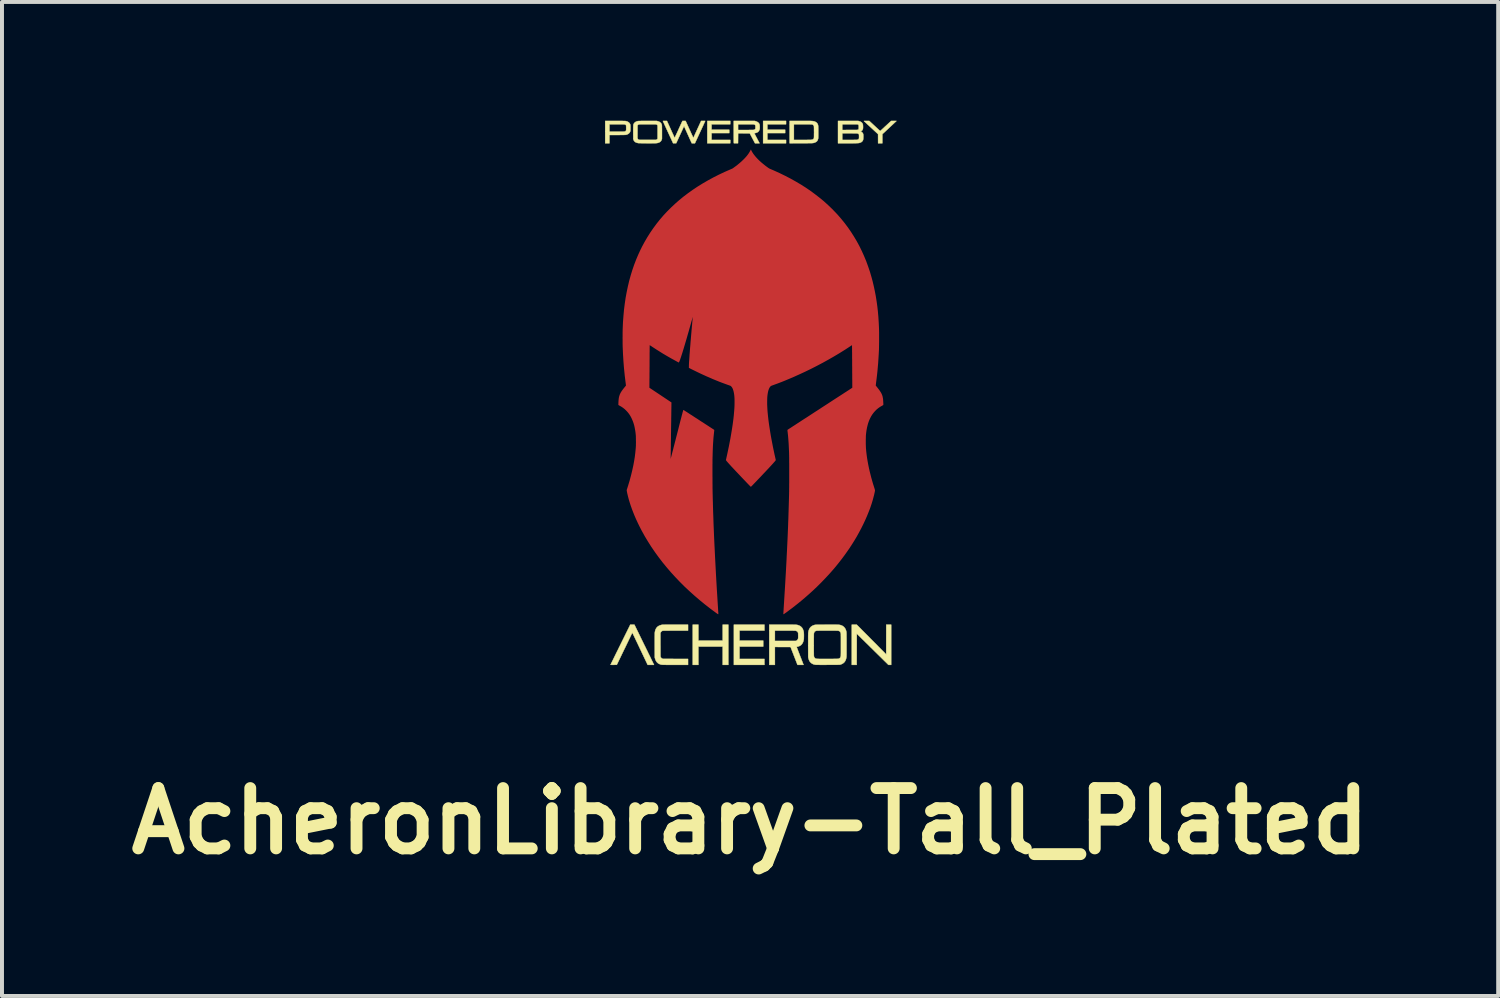
<source format=kicad_pcb>
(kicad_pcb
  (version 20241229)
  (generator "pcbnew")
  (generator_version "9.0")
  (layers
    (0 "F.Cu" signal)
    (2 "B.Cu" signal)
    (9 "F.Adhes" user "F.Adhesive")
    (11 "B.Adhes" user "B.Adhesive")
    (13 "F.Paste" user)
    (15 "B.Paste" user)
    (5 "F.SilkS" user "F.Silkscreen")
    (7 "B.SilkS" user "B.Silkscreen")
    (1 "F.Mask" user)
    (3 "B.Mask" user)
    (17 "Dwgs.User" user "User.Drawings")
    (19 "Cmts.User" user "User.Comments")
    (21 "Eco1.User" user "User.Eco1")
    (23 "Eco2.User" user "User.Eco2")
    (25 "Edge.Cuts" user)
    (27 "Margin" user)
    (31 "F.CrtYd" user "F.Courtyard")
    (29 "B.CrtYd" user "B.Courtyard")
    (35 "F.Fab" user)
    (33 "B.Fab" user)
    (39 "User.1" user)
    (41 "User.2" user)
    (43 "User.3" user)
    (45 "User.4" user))
  (footprint "AcheronLibrary-Tall_Plated"
    (layer "F.Cu")
    (at 15.92 6.875)
    (property "Reference" "AcheronLibrary-Tall_Plated" (at -0.02 10.82 0) (layer "F.SilkS") (effects (font (size 1.524 1.524) (thickness 0.3))))
    (attr through_hole)
    (fp_poly (pts (xy -1.326 6.26) (xy -0.711 6.26) (xy -0.711 5.857) (xy -0.569 5.857) (xy -0.569 6.873) (xy -0.711 6.873) (xy -0.711 6.41) (xy -1.326 6.41) (xy -1.326 6.873) (xy -1.468 6.873) (xy -1.468 5.857) (xy -1.326 5.857) (xy -1.326 6.26)) (stroke (width 0.01) (type solid)) (fill yes) (layer "F.SilkS"))
    (fp_poly (pts (xy -0.521 -6.786) (xy -0.993 -6.786) (xy -0.993 -6.647) (xy -0.546 -6.647) (xy -0.546 -6.563) (xy -0.993 -6.563) (xy -0.993 -6.39) (xy -0.521 -6.39) (xy -0.521 -6.306) (xy -1.1 -6.306) (xy -1.1 -6.87) (xy -0.521 -6.87) (xy -0.521 -6.786)) (stroke (width 0.01) (type solid)) (fill yes) (layer "F.SilkS"))
    (fp_poly (pts (xy 0.343 6.006) (xy -0.287 6.006) (xy -0.287 6.26) (xy 0.312 6.26) (xy 0.312 6.41) (xy -0.287 6.41) (xy -0.287 6.723) (xy 0.343 6.723) (xy 0.343 6.873) (xy -0.429 6.873) (xy -0.429 5.857) (xy 0.343 5.857) (xy 0.343 6.006)) (stroke (width 0.01) (type solid)) (fill yes) (layer "F.SilkS"))
    (fp_poly (pts (xy 0.889 -6.786) (xy 0.417 -6.786) (xy 0.417 -6.647) (xy 0.866 -6.647) (xy 0.866 -6.563) (xy 0.417 -6.563) (xy 0.417 -6.39) (xy 0.889 -6.39) (xy 0.889 -6.306) (xy 0.31 -6.306) (xy 0.31 -6.87) (xy 0.889 -6.87) (xy 0.889 -6.786)) (stroke (width 0.01) (type solid)) (fill yes) (layer "F.SilkS"))
    (fp_poly (pts (xy 3.047 6.233) (xy 3.42 6.609) (xy 3.42 6.233) (xy 3.421 5.857) (xy 3.545 5.857) (xy 3.545 6.873) (xy 3.511 6.872) (xy 3.476 6.872) (xy 3.076 6.478) (xy 2.676 6.084) (xy 2.674 6.873) (xy 2.55 6.873) (xy 2.55 5.857) (xy 2.674 5.857) (xy 3.047 6.233)) (stroke (width 0.01) (type solid)) (fill yes) (layer "F.SilkS"))
    (fp_poly (pts (xy 3.679 -6.869) (xy 3.501 -6.702) (xy 3.322 -6.536) (xy 3.322 -6.306) (xy 3.215 -6.306) (xy 3.214 -6.536) (xy 3.037 -6.7) (xy 3.012 -6.723) (xy 2.987 -6.746) (xy 2.964 -6.767) (xy 2.942 -6.787) (xy 2.923 -6.806) (xy 2.905 -6.822) (xy 2.89 -6.836) (xy 2.877 -6.848) (xy 2.867 -6.857) (xy 2.86 -6.863) (xy 2.857 -6.867) (xy 2.857 -6.867) (xy 2.857 -6.868) (xy 2.859 -6.869) (xy 2.864 -6.869) (xy 2.873 -6.87) (xy 2.885 -6.87) (xy 2.901 -6.87) (xy 2.922 -6.87) (xy 2.922 -6.87) (xy 2.991 -6.87) (xy 3.129 -6.742) (xy 3.155 -6.718) (xy 3.177 -6.697) (xy 3.197 -6.679) (xy 3.213 -6.664) (xy 3.227 -6.651) (xy 3.238 -6.641) (xy 3.247 -6.633) (xy 3.254 -6.627) (xy 3.26 -6.623) (xy 3.264 -6.62) (xy 3.267 -6.618) (xy 3.269 -6.617) (xy 3.27 -6.617) (xy 3.271 -6.617) (xy 3.272 -6.618) (xy 3.275 -6.62) (xy 3.281 -6.626) (xy 3.29 -6.634) (xy 3.302 -6.645) (xy 3.317 -6.659) (xy 3.333 -6.674) (xy 3.352 -6.691) (xy 3.372 -6.71) (xy 3.393 -6.73) (xy 3.411 -6.746) (xy 3.545 -6.87) (xy 3.679 -6.869)) (stroke (width 0.01) (type solid)) (fill yes) (layer "F.SilkS"))
    (fp_poly (pts (xy -2.994 5.857) (xy -2.942 5.857) (xy -2.709 6.335) (xy -2.686 6.382) (xy -2.663 6.427) (xy -2.642 6.472) (xy -2.62 6.515) (xy -2.6 6.557) (xy -2.581 6.597) (xy -2.562 6.634) (xy -2.545 6.669) (xy -2.529 6.702) (xy -2.515 6.732) (xy -2.502 6.759) (xy -2.49 6.782) (xy -2.48 6.802) (xy -2.472 6.819) (xy -2.466 6.831) (xy -2.462 6.84) (xy -2.461 6.843) (xy -2.446 6.873) (xy -2.526 6.873) (xy -2.607 6.872) (xy -2.8 6.465) (xy -2.82 6.422) (xy -2.84 6.381) (xy -2.859 6.34) (xy -2.877 6.302) (xy -2.895 6.266) (xy -2.911 6.231) (xy -2.926 6.2) (xy -2.94 6.17) (xy -2.953 6.144) (xy -2.964 6.121) (xy -2.974 6.101) (xy -2.982 6.085) (xy -2.988 6.072) (xy -2.992 6.064) (xy -2.994 6.06) (xy -2.995 6.059) (xy -2.996 6.062) (xy -2.999 6.069) (xy -3.005 6.079) (xy -3.012 6.094) (xy -3.021 6.113) (xy -3.032 6.134) (xy -3.044 6.16) (xy -3.057 6.188) (xy -3.072 6.218) (xy -3.088 6.251) (xy -3.105 6.287) (xy -3.123 6.324) (xy -3.142 6.364) (xy -3.162 6.405) (xy -3.182 6.447) (xy -3.192 6.466) (xy -3.387 6.871) (xy -3.466 6.872) (xy -3.488 6.872) (xy -3.507 6.872) (xy -3.523 6.872) (xy -3.534 6.871) (xy -3.542 6.871) (xy -3.545 6.87) (xy -3.545 6.87) (xy -3.544 6.868) (xy -3.541 6.861) (xy -3.535 6.85) (xy -3.528 6.835) (xy -3.519 6.817) (xy -3.508 6.794) (xy -3.495 6.769) (xy -3.481 6.74) (xy -3.466 6.709) (xy -3.449 6.675) (xy -3.431 6.638) (xy -3.412 6.599) (xy -3.392 6.558) (xy -3.37 6.515) (xy -3.348 6.47) (xy -3.326 6.424) (xy -3.302 6.377) (xy -3.295 6.362) (xy -3.046 5.857) (xy -2.994 5.857)) (stroke (width 0.01) (type solid)) (fill yes) (layer "F.SilkS"))
    (fp_poly (pts (xy -1.688 -6.869) (xy -1.648 -6.869) (xy -1.551 -6.655) (xy -1.537 -6.624) (xy -1.523 -6.594) (xy -1.511 -6.566) (xy -1.499 -6.54) (xy -1.488 -6.517) (xy -1.478 -6.496) (xy -1.47 -6.478) (xy -1.463 -6.463) (xy -1.458 -6.452) (xy -1.454 -6.445) (xy -1.453 -6.443) (xy -1.453 -6.443) (xy -1.451 -6.445) (xy -1.448 -6.452) (xy -1.443 -6.463) (xy -1.436 -6.477) (xy -1.428 -6.495) (xy -1.418 -6.516) (xy -1.408 -6.539) (xy -1.396 -6.565) (xy -1.383 -6.593) (xy -1.37 -6.622) (xy -1.356 -6.653) (xy -1.354 -6.657) (xy -1.256 -6.87) (xy -1.205 -6.87) (xy -1.189 -6.87) (xy -1.175 -6.87) (xy -1.164 -6.869) (xy -1.157 -6.869) (xy -1.154 -6.868) (xy -1.153 -6.868) (xy -1.155 -6.865) (xy -1.158 -6.858) (xy -1.163 -6.847) (xy -1.17 -6.833) (xy -1.178 -6.815) (xy -1.188 -6.793) (xy -1.199 -6.769) (xy -1.211 -6.742) (xy -1.225 -6.713) (xy -1.239 -6.682) (xy -1.255 -6.648) (xy -1.271 -6.614) (xy -1.284 -6.586) (xy -1.413 -6.306) (xy -1.493 -6.306) (xy -1.688 -6.738) (xy -1.692 -6.728) (xy -1.694 -6.725) (xy -1.698 -6.717) (xy -1.703 -6.705) (xy -1.71 -6.689) (xy -1.719 -6.671) (xy -1.729 -6.649) (xy -1.74 -6.625) (xy -1.752 -6.599) (xy -1.765 -6.571) (xy -1.779 -6.541) (xy -1.792 -6.513) (xy -1.886 -6.307) (xy -1.925 -6.307) (xy -1.964 -6.306) (xy -2.092 -6.584) (xy -2.108 -6.619) (xy -2.124 -6.653) (xy -2.139 -6.686) (xy -2.153 -6.717) (xy -2.166 -6.746) (xy -2.179 -6.772) (xy -2.189 -6.796) (xy -2.199 -6.817) (xy -2.207 -6.834) (xy -2.213 -6.848) (xy -2.218 -6.858) (xy -2.221 -6.864) (xy -2.221 -6.866) (xy -2.222 -6.867) (xy -2.221 -6.868) (xy -2.218 -6.869) (xy -2.213 -6.869) (xy -2.205 -6.87) (xy -2.193 -6.87) (xy -2.177 -6.87) (xy -2.172 -6.869) (xy -2.12 -6.869) (xy -2.023 -6.655) (xy -2.009 -6.624) (xy -1.996 -6.594) (xy -1.983 -6.566) (xy -1.971 -6.541) (xy -1.96 -6.517) (xy -1.951 -6.496) (xy -1.942 -6.478) (xy -1.935 -6.463) (xy -1.93 -6.452) (xy -1.927 -6.445) (xy -1.925 -6.442) (xy -1.925 -6.442) (xy -1.924 -6.445) (xy -1.92 -6.451) (xy -1.915 -6.462) (xy -1.909 -6.476) (xy -1.901 -6.494) (xy -1.891 -6.515) (xy -1.88 -6.538) (xy -1.868 -6.564) (xy -1.856 -6.591) (xy -1.842 -6.621) (xy -1.828 -6.652) (xy -1.826 -6.657) (xy -1.728 -6.87) (xy -1.688 -6.869)) (stroke (width 0.01) (type solid)) (fill yes) (layer "F.SilkS"))
    (fp_poly (pts (xy -1.587 6.006) (xy -1.903 6.007) (xy -1.95 6.007) (xy -1.992 6.007) (xy -2.029 6.007) (xy -2.062 6.008) (xy -2.091 6.008) (xy -2.117 6.008) (xy -2.139 6.008) (xy -2.158 6.008) (xy -2.174 6.008) (xy -2.187 6.009) (xy -2.198 6.009) (xy -2.207 6.009) (xy -2.214 6.01) (xy -2.22 6.01) (xy -2.224 6.011) (xy -2.227 6.011) (xy -2.23 6.012) (xy -2.232 6.012) (xy -2.249 6.02) (xy -2.262 6.031) (xy -2.273 6.045) (xy -2.276 6.051) (xy -2.285 6.069) (xy -2.285 6.363) (xy -2.284 6.408) (xy -2.284 6.448) (xy -2.284 6.484) (xy -2.284 6.516) (xy -2.284 6.543) (xy -2.284 6.567) (xy -2.284 6.587) (xy -2.284 6.605) (xy -2.284 6.619) (xy -2.284 6.632) (xy -2.283 6.641) (xy -2.283 6.649) (xy -2.283 6.656) (xy -2.282 6.661) (xy -2.282 6.664) (xy -2.281 6.667) (xy -2.28 6.67) (xy -2.28 6.672) (xy -2.272 6.687) (xy -2.26 6.7) (xy -2.246 6.711) (xy -2.236 6.715) (xy -2.221 6.721) (xy -1.904 6.722) (xy -1.587 6.723) (xy -1.587 6.873) (xy -1.908 6.872) (xy -1.958 6.872) (xy -2.004 6.872) (xy -2.045 6.872) (xy -2.081 6.872) (xy -2.114 6.872) (xy -2.142 6.872) (xy -2.166 6.871) (xy -2.187 6.871) (xy -2.205 6.871) (xy -2.219 6.871) (xy -2.231 6.87) (xy -2.24 6.87) (xy -2.246 6.869) (xy -2.249 6.869) (xy -2.282 6.862) (xy -2.312 6.85) (xy -2.339 6.836) (xy -2.362 6.817) (xy -2.377 6.801) (xy -2.39 6.784) (xy -2.401 6.764) (xy -2.411 6.741) (xy -2.42 6.714) (xy -2.42 6.713) (xy -2.427 6.688) (xy -2.428 6.38) (xy -2.428 6.329) (xy -2.428 6.284) (xy -2.428 6.243) (xy -2.428 6.206) (xy -2.428 6.174) (xy -2.428 6.146) (xy -2.427 6.122) (xy -2.427 6.101) (xy -2.427 6.084) (xy -2.427 6.071) (xy -2.426 6.06) (xy -2.426 6.053) (xy -2.425 6.048) (xy -2.419 6.015) (xy -2.409 5.983) (xy -2.395 5.955) (xy -2.379 5.93) (xy -2.378 5.93) (xy -2.36 5.911) (xy -2.338 5.895) (xy -2.313 5.881) (xy -2.284 5.87) (xy -2.254 5.862) (xy -2.235 5.859) (xy -2.229 5.859) (xy -2.218 5.858) (xy -2.202 5.858) (xy -2.181 5.858) (xy -2.155 5.857) (xy -2.126 5.857) (xy -2.091 5.857) (xy -2.053 5.857) (xy -2.01 5.857) (xy -1.963 5.857) (xy -1.912 5.857) (xy -1.9 5.857) (xy -1.587 5.857) (xy -1.587 6.006)) (stroke (width 0.01) (type solid)) (fill yes) (layer "F.SilkS"))
    (fp_poly (pts (xy -3.424 -6.869) (xy -3.383 -6.869) (xy -3.346 -6.869) (xy -3.313 -6.869) (xy -3.285 -6.869) (xy -3.26 -6.869) (xy -3.239 -6.869) (xy -3.221 -6.868) (xy -3.206 -6.868) (xy -3.194 -6.868) (xy -3.184 -6.868) (xy -3.175 -6.867) (xy -3.169 -6.867) (xy -3.163 -6.866) (xy -3.159 -6.866) (xy -3.155 -6.865) (xy -3.152 -6.864) (xy -3.148 -6.863) (xy -3.147 -6.863) (xy -3.122 -6.855) (xy -3.101 -6.844) (xy -3.083 -6.831) (xy -3.077 -6.826) (xy -3.068 -6.816) (xy -3.061 -6.807) (xy -3.055 -6.798) (xy -3.05 -6.787) (xy -3.047 -6.775) (xy -3.045 -6.76) (xy -3.044 -6.742) (xy -3.043 -6.721) (xy -3.043 -6.695) (xy -3.043 -6.692) (xy -3.043 -6.669) (xy -3.043 -6.65) (xy -3.044 -6.635) (xy -3.045 -6.623) (xy -3.046 -6.612) (xy -3.049 -6.603) (xy -3.052 -6.595) (xy -3.055 -6.586) (xy -3.056 -6.586) (xy -3.065 -6.572) (xy -3.078 -6.558) (xy -3.093 -6.545) (xy -3.111 -6.535) (xy -3.112 -6.535) (xy -3.119 -6.532) (xy -3.125 -6.529) (xy -3.131 -6.526) (xy -3.137 -6.524) (xy -3.143 -6.522) (xy -3.151 -6.521) (xy -3.159 -6.519) (xy -3.169 -6.518) (xy -3.181 -6.518) (xy -3.196 -6.517) (xy -3.213 -6.516) (xy -3.233 -6.516) (xy -3.257 -6.516) (xy -3.284 -6.516) (xy -3.315 -6.515) (xy -3.351 -6.515) (xy -3.372 -6.515) (xy -3.573 -6.514) (xy -3.573 -6.306) (xy -3.68 -6.306) (xy -3.68 -6.786) (xy -3.573 -6.786) (xy -3.573 -6.598) (xy -3.389 -6.598) (xy -3.353 -6.598) (xy -3.321 -6.598) (xy -3.295 -6.598) (xy -3.272 -6.599) (xy -3.253 -6.599) (xy -3.237 -6.599) (xy -3.224 -6.599) (xy -3.213 -6.6) (xy -3.205 -6.6) (xy -3.199 -6.601) (xy -3.194 -6.601) (xy -3.19 -6.602) (xy -3.189 -6.602) (xy -3.173 -6.608) (xy -3.162 -6.616) (xy -3.154 -6.626) (xy -3.153 -6.629) (xy -3.152 -6.634) (xy -3.151 -6.639) (xy -3.15 -6.646) (xy -3.15 -6.655) (xy -3.15 -6.668) (xy -3.15 -6.684) (xy -3.15 -6.698) (xy -3.15 -6.718) (xy -3.151 -6.733) (xy -3.151 -6.745) (xy -3.152 -6.754) (xy -3.154 -6.76) (xy -3.157 -6.765) (xy -3.161 -6.769) (xy -3.166 -6.773) (xy -3.169 -6.775) (xy -3.172 -6.777) (xy -3.176 -6.779) (xy -3.18 -6.78) (xy -3.184 -6.782) (xy -3.191 -6.783) (xy -3.198 -6.784) (xy -3.208 -6.784) (xy -3.22 -6.785) (xy -3.235 -6.785) (xy -3.253 -6.786) (xy -3.274 -6.786) (xy -3.299 -6.786) (xy -3.328 -6.786) (xy -3.362 -6.786) (xy -3.388 -6.786) (xy -3.573 -6.786) (xy -3.68 -6.786) (xy -3.68 -6.87) (xy -3.424 -6.869)) (stroke (width 0.01) (type solid)) (fill yes) (layer "F.SilkS"))
    (fp_poly (pts (xy -0.166 -6.869) (xy 0.1 -6.869) (xy 0.121 -6.863) (xy 0.145 -6.854) (xy 0.165 -6.844) (xy 0.183 -6.832) (xy 0.187 -6.828) (xy 0.199 -6.816) (xy 0.208 -6.804) (xy 0.215 -6.79) (xy 0.22 -6.775) (xy 0.223 -6.756) (xy 0.224 -6.734) (xy 0.225 -6.715) (xy 0.224 -6.695) (xy 0.224 -6.678) (xy 0.222 -6.665) (xy 0.221 -6.659) (xy 0.216 -6.643) (xy 0.208 -6.626) (xy 0.199 -6.611) (xy 0.195 -6.606) (xy 0.181 -6.592) (xy 0.164 -6.581) (xy 0.143 -6.572) (xy 0.119 -6.565) (xy 0.107 -6.562) (xy 0.097 -6.561) (xy 0.091 -6.56) (xy 0.087 -6.559) (xy 0.087 -6.559) (xy 0.088 -6.557) (xy 0.091 -6.55) (xy 0.096 -6.541) (xy 0.103 -6.528) (xy 0.111 -6.513) (xy 0.12 -6.495) (xy 0.129 -6.477) (xy 0.13 -6.475) (xy 0.142 -6.454) (xy 0.153 -6.432) (xy 0.164 -6.41) (xy 0.175 -6.39) (xy 0.184 -6.372) (xy 0.192 -6.357) (xy 0.197 -6.349) (xy 0.219 -6.306) (xy 0.105 -6.306) (xy 0.039 -6.431) (xy -0.027 -6.556) (xy -0.175 -6.557) (xy -0.322 -6.558) (xy -0.324 -6.307) (xy -0.376 -6.307) (xy -0.392 -6.307) (xy -0.406 -6.307) (xy -0.417 -6.307) (xy -0.426 -6.307) (xy -0.43 -6.308) (xy -0.43 -6.308) (xy -0.43 -6.311) (xy -0.43 -6.318) (xy -0.431 -6.33) (xy -0.431 -6.346) (xy -0.431 -6.366) (xy -0.431 -6.389) (xy -0.431 -6.415) (xy -0.432 -6.444) (xy -0.432 -6.476) (xy -0.432 -6.51) (xy -0.432 -6.545) (xy -0.432 -6.582) (xy -0.432 -6.786) (xy -0.323 -6.786) (xy -0.323 -6.641) (xy -0.13 -6.641) (xy -0.093 -6.641) (xy -0.061 -6.641) (xy -0.034 -6.642) (xy -0.01 -6.642) (xy 0.01 -6.642) (xy 0.026 -6.642) (xy 0.04 -6.642) (xy 0.051 -6.643) (xy 0.06 -6.643) (xy 0.066 -6.644) (xy 0.072 -6.644) (xy 0.076 -6.645) (xy 0.078 -6.645) (xy 0.091 -6.65) (xy 0.101 -6.656) (xy 0.109 -6.664) (xy 0.11 -6.665) (xy 0.112 -6.668) (xy 0.114 -6.672) (xy 0.115 -6.677) (xy 0.115 -6.684) (xy 0.115 -6.694) (xy 0.116 -6.708) (xy 0.116 -6.714) (xy 0.116 -6.729) (xy 0.115 -6.741) (xy 0.115 -6.749) (xy 0.114 -6.754) (xy 0.113 -6.758) (xy 0.111 -6.761) (xy 0.11 -6.763) (xy 0.099 -6.774) (xy 0.084 -6.781) (xy 0.076 -6.783) (xy 0.07 -6.784) (xy 0.06 -6.785) (xy 0.044 -6.785) (xy 0.024 -6.785) (xy -0.002 -6.786) (xy -0.033 -6.786) (xy -0.068 -6.786) (xy -0.109 -6.786) (xy -0.13 -6.786) (xy -0.323 -6.786) (xy -0.432 -6.786) (xy -0.432 -6.87) (xy -0.166 -6.869)) (stroke (width 0.01) (type solid)) (fill yes) (layer "F.SilkS"))
    (fp_poly (pts (xy 1.305 -6.87) (xy 1.35 -6.87) (xy 1.392 -6.87) (xy 1.428 -6.87) (xy 1.461 -6.869) (xy 1.489 -6.869) (xy 1.512 -6.869) (xy 1.53 -6.868) (xy 1.544 -6.868) (xy 1.552 -6.867) (xy 1.553 -6.867) (xy 1.585 -6.862) (xy 1.613 -6.854) (xy 1.637 -6.843) (xy 1.657 -6.83) (xy 1.674 -6.813) (xy 1.686 -6.795) (xy 1.686 -6.793) (xy 1.69 -6.786) (xy 1.692 -6.78) (xy 1.695 -6.774) (xy 1.697 -6.767) (xy 1.698 -6.759) (xy 1.7 -6.751) (xy 1.701 -6.74) (xy 1.702 -6.728) (xy 1.702 -6.713) (xy 1.702 -6.695) (xy 1.703 -6.674) (xy 1.703 -6.649) (xy 1.703 -6.619) (xy 1.703 -6.586) (xy 1.703 -6.553) (xy 1.703 -6.526) (xy 1.703 -6.502) (xy 1.703 -6.483) (xy 1.702 -6.467) (xy 1.702 -6.454) (xy 1.702 -6.443) (xy 1.701 -6.435) (xy 1.701 -6.428) (xy 1.7 -6.423) (xy 1.699 -6.418) (xy 1.698 -6.415) (xy 1.69 -6.39) (xy 1.68 -6.37) (xy 1.666 -6.353) (xy 1.648 -6.34) (xy 1.626 -6.328) (xy 1.615 -6.324) (xy 1.609 -6.321) (xy 1.603 -6.319) (xy 1.597 -6.317) (xy 1.591 -6.316) (xy 1.585 -6.314) (xy 1.579 -6.313) (xy 1.571 -6.312) (xy 1.562 -6.311) (xy 1.552 -6.31) (xy 1.54 -6.309) (xy 1.525 -6.309) (xy 1.508 -6.309) (xy 1.489 -6.308) (xy 1.466 -6.308) (xy 1.44 -6.308) (xy 1.41 -6.307) (xy 1.376 -6.307) (xy 1.338 -6.307) (xy 1.295 -6.307) (xy 1.267 -6.307) (xy 0.98 -6.306) (xy 0.98 -6.39) (xy 1.087 -6.39) (xy 1.297 -6.39) (xy 1.339 -6.39) (xy 1.376 -6.39) (xy 1.41 -6.39) (xy 1.441 -6.391) (xy 1.467 -6.391) (xy 1.489 -6.391) (xy 1.507 -6.392) (xy 1.52 -6.392) (xy 1.528 -6.393) (xy 1.529 -6.393) (xy 1.55 -6.397) (xy 1.567 -6.403) (xy 1.58 -6.412) (xy 1.589 -6.423) (xy 1.593 -6.434) (xy 1.594 -6.439) (xy 1.594 -6.449) (xy 1.595 -6.462) (xy 1.596 -6.479) (xy 1.596 -6.499) (xy 1.596 -6.521) (xy 1.596 -6.545) (xy 1.597 -6.569) (xy 1.597 -6.594) (xy 1.596 -6.619) (xy 1.596 -6.643) (xy 1.596 -6.665) (xy 1.596 -6.686) (xy 1.595 -6.705) (xy 1.594 -6.72) (xy 1.594 -6.731) (xy 1.593 -6.739) (xy 1.593 -6.74) (xy 1.586 -6.755) (xy 1.576 -6.767) (xy 1.562 -6.777) (xy 1.554 -6.78) (xy 1.552 -6.781) (xy 1.549 -6.782) (xy 1.545 -6.782) (xy 1.54 -6.783) (xy 1.534 -6.783) (xy 1.526 -6.784) (xy 1.516 -6.784) (xy 1.503 -6.784) (xy 1.488 -6.785) (xy 1.47 -6.785) (xy 1.449 -6.785) (xy 1.424 -6.785) (xy 1.395 -6.785) (xy 1.361 -6.785) (xy 1.323 -6.786) (xy 1.314 -6.786) (xy 1.087 -6.786) (xy 1.087 -6.39) (xy 0.98 -6.39) (xy 0.98 -6.87) (xy 1.255 -6.87) (xy 1.305 -6.87)) (stroke (width 0.01) (type solid)) (fill yes) (layer "F.SilkS"))
    (fp_poly (pts (xy 0.794 5.857) (xy 0.844 5.857) (xy 0.889 5.857) (xy 0.929 5.857) (xy 0.965 5.857) (xy 0.997 5.857) (xy 1.026 5.857) (xy 1.051 5.857) (xy 1.073 5.858) (xy 1.092 5.858) (xy 1.108 5.858) (xy 1.122 5.859) (xy 1.134 5.859) (xy 1.145 5.86) (xy 1.153 5.861) (xy 1.161 5.862) (xy 1.168 5.863) (xy 1.174 5.864) (xy 1.18 5.865) (xy 1.185 5.867) (xy 1.191 5.868) (xy 1.221 5.88) (xy 1.249 5.894) (xy 1.272 5.913) (xy 1.293 5.935) (xy 1.309 5.961) (xy 1.322 5.99) (xy 1.332 6.023) (xy 1.335 6.037) (xy 1.337 6.049) (xy 1.338 6.066) (xy 1.339 6.085) (xy 1.34 6.107) (xy 1.34 6.13) (xy 1.34 6.153) (xy 1.339 6.176) (xy 1.339 6.197) (xy 1.338 6.215) (xy 1.336 6.23) (xy 1.335 6.238) (xy 1.327 6.273) (xy 1.316 6.304) (xy 1.301 6.332) (xy 1.284 6.355) (xy 1.264 6.375) (xy 1.24 6.39) (xy 1.213 6.403) (xy 1.193 6.409) (xy 1.182 6.412) (xy 1.173 6.414) (xy 1.166 6.415) (xy 1.164 6.415) (xy 1.159 6.416) (xy 1.157 6.418) (xy 1.158 6.42) (xy 1.16 6.427) (xy 1.164 6.439) (xy 1.17 6.453) (xy 1.176 6.472) (xy 1.185 6.493) (xy 1.194 6.517) (xy 1.204 6.544) (xy 1.215 6.572) (xy 1.227 6.603) (xy 1.239 6.635) (xy 1.243 6.645) (xy 1.256 6.678) (xy 1.268 6.708) (xy 1.279 6.738) (xy 1.29 6.765) (xy 1.299 6.79) (xy 1.308 6.812) (xy 1.315 6.831) (xy 1.321 6.847) (xy 1.326 6.859) (xy 1.329 6.867) (xy 1.331 6.871) (xy 1.331 6.872) (xy 1.328 6.872) (xy 1.321 6.872) (xy 1.311 6.872) (xy 1.297 6.872) (xy 1.28 6.872) (xy 1.262 6.873) (xy 1.255 6.873) (xy 1.179 6.873) (xy 1.091 6.647) (xy 1.004 6.422) (xy 0.805 6.421) (xy 0.607 6.42) (xy 0.607 6.873) (xy 0.465 6.873) (xy 0.465 6.268) (xy 0.607 6.268) (xy 0.873 6.268) (xy 1.139 6.267) (xy 1.154 6.26) (xy 1.169 6.249) (xy 1.181 6.236) (xy 1.19 6.219) (xy 1.191 6.214) (xy 1.193 6.209) (xy 1.194 6.203) (xy 1.195 6.197) (xy 1.196 6.189) (xy 1.196 6.18) (xy 1.196 6.167) (xy 1.196 6.151) (xy 1.196 6.132) (xy 1.195 6.112) (xy 1.195 6.096) (xy 1.195 6.084) (xy 1.194 6.075) (xy 1.194 6.068) (xy 1.193 6.063) (xy 1.191 6.059) (xy 1.19 6.055) (xy 1.179 6.038) (xy 1.166 6.025) (xy 1.149 6.016) (xy 1.129 6.01) (xy 1.123 6.009) (xy 1.117 6.009) (xy 1.107 6.008) (xy 1.092 6.008) (xy 1.073 6.008) (xy 1.05 6.007) (xy 1.023 6.007) (xy 0.994 6.007) (xy 0.961 6.007) (xy 0.926 6.007) (xy 0.888 6.007) (xy 0.855 6.007) (xy 0.607 6.006) (xy 0.607 6.268) (xy 0.465 6.268) (xy 0.465 5.857) (xy 0.794 5.857)) (stroke (width 0.01) (type solid)) (fill yes) (layer "F.SilkS"))
    (fp_poly (pts (xy 2.458 -6.869) (xy 2.714 -6.869) (xy 2.738 -6.862) (xy 2.759 -6.855) (xy 2.776 -6.848) (xy 2.79 -6.839) (xy 2.801 -6.83) (xy 2.815 -6.814) (xy 2.825 -6.794) (xy 2.831 -6.777) (xy 2.832 -6.766) (xy 2.833 -6.751) (xy 2.834 -6.735) (xy 2.834 -6.717) (xy 2.834 -6.7) (xy 2.833 -6.686) (xy 2.832 -6.675) (xy 2.832 -6.674) (xy 2.826 -6.654) (xy 2.816 -6.636) (xy 2.803 -6.622) (xy 2.788 -6.611) (xy 2.783 -6.608) (xy 2.771 -6.602) (xy 2.783 -6.598) (xy 2.796 -6.591) (xy 2.81 -6.581) (xy 2.822 -6.57) (xy 2.83 -6.559) (xy 2.834 -6.549) (xy 2.837 -6.539) (xy 2.84 -6.526) (xy 2.841 -6.511) (xy 2.842 -6.492) (xy 2.842 -6.469) (xy 2.841 -6.457) (xy 2.841 -6.435) (xy 2.839 -6.418) (xy 2.838 -6.403) (xy 2.835 -6.392) (xy 2.832 -6.382) (xy 2.828 -6.373) (xy 2.822 -6.364) (xy 2.822 -6.364) (xy 2.809 -6.349) (xy 2.793 -6.336) (xy 2.772 -6.325) (xy 2.75 -6.317) (xy 2.744 -6.315) (xy 2.738 -6.314) (xy 2.731 -6.313) (xy 2.724 -6.311) (xy 2.716 -6.31) (xy 2.706 -6.31) (xy 2.695 -6.309) (xy 2.682 -6.308) (xy 2.667 -6.308) (xy 2.649 -6.307) (xy 2.628 -6.307) (xy 2.604 -6.307) (xy 2.577 -6.306) (xy 2.545 -6.306) (xy 2.51 -6.306) (xy 2.469 -6.306) (xy 2.441 -6.306) (xy 2.202 -6.306) (xy 2.202 -6.558) (xy 2.309 -6.558) (xy 2.309 -6.39) (xy 2.49 -6.39) (xy 2.526 -6.39) (xy 2.559 -6.39) (xy 2.589 -6.39) (xy 2.615 -6.391) (xy 2.638 -6.391) (xy 2.656 -6.391) (xy 2.671 -6.392) (xy 2.68 -6.392) (xy 2.685 -6.393) (xy 2.703 -6.397) (xy 2.716 -6.405) (xy 2.725 -6.414) (xy 2.727 -6.418) (xy 2.729 -6.422) (xy 2.731 -6.427) (xy 2.732 -6.432) (xy 2.732 -6.439) (xy 2.733 -6.449) (xy 2.733 -6.462) (xy 2.733 -6.476) (xy 2.733 -6.494) (xy 2.732 -6.507) (xy 2.732 -6.517) (xy 2.731 -6.524) (xy 2.73 -6.529) (xy 2.729 -6.531) (xy 2.723 -6.539) (xy 2.712 -6.546) (xy 2.699 -6.552) (xy 2.686 -6.555) (xy 2.68 -6.555) (xy 2.669 -6.556) (xy 2.652 -6.557) (xy 2.631 -6.557) (xy 2.605 -6.557) (xy 2.574 -6.557) (xy 2.539 -6.558) (xy 2.498 -6.558) (xy 2.49 -6.558) (xy 2.309 -6.558) (xy 2.202 -6.558) (xy 2.202 -6.641) (xy 2.309 -6.641) (xy 2.502 -6.642) (xy 2.538 -6.642) (xy 2.569 -6.642) (xy 2.596 -6.642) (xy 2.619 -6.643) (xy 2.638 -6.643) (xy 2.654 -6.643) (xy 2.667 -6.643) (xy 2.677 -6.643) (xy 2.685 -6.644) (xy 2.692 -6.644) (xy 2.696 -6.645) (xy 2.7 -6.646) (xy 2.702 -6.646) (xy 2.704 -6.647) (xy 2.706 -6.648) (xy 2.713 -6.652) (xy 2.718 -6.656) (xy 2.722 -6.662) (xy 2.724 -6.67) (xy 2.725 -6.68) (xy 2.726 -6.694) (xy 2.726 -6.712) (xy 2.726 -6.714) (xy 2.726 -6.732) (xy 2.726 -6.746) (xy 2.724 -6.757) (xy 2.722 -6.764) (xy 2.719 -6.77) (xy 2.714 -6.774) (xy 2.708 -6.778) (xy 2.707 -6.779) (xy 2.696 -6.785) (xy 2.502 -6.786) (xy 2.309 -6.786) (xy 2.309 -6.641) (xy 2.202 -6.641) (xy 2.202 -6.87) (xy 2.458 -6.869)) (stroke (width 0.01) (type solid)) (fill yes) (layer "F.SilkS"))
    (fp_poly (pts (xy -2.353 -6.863) (xy -2.328 -6.855) (xy -2.307 -6.845) (xy -2.29 -6.833) (xy -2.284 -6.828) (xy -2.269 -6.813) (xy -2.259 -6.795) (xy -2.251 -6.775) (xy -2.251 -6.773) (xy -2.25 -6.77) (xy -2.249 -6.766) (xy -2.249 -6.761) (xy -2.248 -6.755) (xy -2.248 -6.747) (xy -2.247 -6.737) (xy -2.247 -6.725) (xy -2.247 -6.709) (xy -2.247 -6.691) (xy -2.246 -6.669) (xy -2.246 -6.643) (xy -2.246 -6.613) (xy -2.246 -6.588) (xy -2.246 -6.419) (xy -2.252 -6.4) (xy -2.256 -6.389) (xy -2.261 -6.378) (xy -2.266 -6.369) (xy -2.28 -6.352) (xy -2.298 -6.337) (xy -2.32 -6.325) (xy -2.346 -6.316) (xy -2.374 -6.31) (xy -2.384 -6.309) (xy -2.391 -6.308) (xy -2.403 -6.308) (xy -2.419 -6.307) (xy -2.438 -6.307) (xy -2.461 -6.307) (xy -2.486 -6.307) (xy -2.513 -6.306) (xy -2.542 -6.306) (xy -2.572 -6.306) (xy -2.603 -6.306) (xy -2.633 -6.306) (xy -2.664 -6.307) (xy -2.694 -6.307) (xy -2.722 -6.307) (xy -2.749 -6.307) (xy -2.773 -6.308) (xy -2.795 -6.308) (xy -2.813 -6.308) (xy -2.828 -6.309) (xy -2.838 -6.309) (xy -2.843 -6.31) (xy -2.873 -6.316) (xy -2.899 -6.325) (xy -2.922 -6.337) (xy -2.94 -6.353) (xy -2.954 -6.371) (xy -2.964 -6.393) (xy -2.968 -6.404) (xy -2.968 -6.41) (xy -2.969 -6.421) (xy -2.97 -6.429) (xy -2.865 -6.429) (xy -2.859 -6.418) (xy -2.851 -6.407) (xy -2.838 -6.398) (xy -2.822 -6.393) (xy -2.82 -6.393) (xy -2.815 -6.392) (xy -2.806 -6.392) (xy -2.793 -6.392) (xy -2.776 -6.391) (xy -2.755 -6.391) (xy -2.732 -6.391) (xy -2.705 -6.391) (xy -2.677 -6.391) (xy -2.646 -6.391) (xy -2.615 -6.391) (xy -2.602 -6.391) (xy -2.396 -6.391) (xy -2.382 -6.398) (xy -2.372 -6.404) (xy -2.364 -6.411) (xy -2.362 -6.413) (xy -2.356 -6.422) (xy -2.356 -6.589) (xy -2.356 -6.622) (xy -2.356 -6.65) (xy -2.356 -6.674) (xy -2.356 -6.695) (xy -2.356 -6.711) (xy -2.356 -6.725) (xy -2.356 -6.735) (xy -2.357 -6.743) (xy -2.357 -6.75) (xy -2.358 -6.754) (xy -2.358 -6.757) (xy -2.359 -6.759) (xy -2.36 -6.761) (xy -2.361 -6.763) (xy -2.372 -6.774) (xy -2.387 -6.781) (xy -2.396 -6.784) (xy -2.401 -6.784) (xy -2.41 -6.785) (xy -2.424 -6.785) (xy -2.442 -6.785) (xy -2.465 -6.786) (xy -2.493 -6.786) (xy -2.525 -6.786) (xy -2.563 -6.786) (xy -2.605 -6.786) (xy -2.617 -6.786) (xy -2.655 -6.786) (xy -2.687 -6.785) (xy -2.716 -6.785) (xy -2.74 -6.785) (xy -2.76 -6.785) (xy -2.777 -6.785) (xy -2.791 -6.785) (xy -2.803 -6.784) (xy -2.812 -6.784) (xy -2.819 -6.784) (xy -2.824 -6.783) (xy -2.828 -6.782) (xy -2.831 -6.782) (xy -2.834 -6.781) (xy -2.836 -6.78) (xy -2.837 -6.78) (xy -2.846 -6.774) (xy -2.854 -6.767) (xy -2.856 -6.764) (xy -2.864 -6.755) (xy -2.864 -6.592) (xy -2.865 -6.429) (xy -2.97 -6.429) (xy -2.97 -6.435) (xy -2.971 -6.453) (xy -2.971 -6.474) (xy -2.971 -6.497) (xy -2.972 -6.523) (xy -2.972 -6.549) (xy -2.972 -6.576) (xy -2.972 -6.604) (xy -2.972 -6.631) (xy -2.972 -6.657) (xy -2.971 -6.682) (xy -2.971 -6.705) (xy -2.97 -6.726) (xy -2.97 -6.743) (xy -2.969 -6.758) (xy -2.968 -6.767) (xy -2.968 -6.772) (xy -2.962 -6.79) (xy -2.954 -6.805) (xy -2.944 -6.818) (xy -2.937 -6.826) (xy -2.921 -6.839) (xy -2.902 -6.85) (xy -2.88 -6.859) (xy -2.865 -6.863) (xy -2.862 -6.864) (xy -2.858 -6.865) (xy -2.854 -6.866) (xy -2.85 -6.866) (xy -2.844 -6.867) (xy -2.838 -6.867) (xy -2.83 -6.868) (xy -2.82 -6.868) (xy -2.808 -6.868) (xy -2.793 -6.868) (xy -2.776 -6.869) (xy -2.755 -6.869) (xy -2.731 -6.869) (xy -2.702 -6.869) (xy -2.67 -6.869) (xy -2.633 -6.869) (xy -2.61 -6.869) (xy -2.376 -6.869) (xy -2.353 -6.863)) (stroke (width 0.01) (type solid)) (fill yes) (layer "F.SilkS"))
    (fp_poly (pts (xy 2.103 5.857) (xy 2.128 5.857) (xy 2.15 5.857) (xy 2.169 5.858) (xy 2.186 5.858) (xy 2.2 5.859) (xy 2.212 5.859) (xy 2.223 5.86) (xy 2.232 5.861) (xy 2.239 5.862) (xy 2.246 5.863) (xy 2.253 5.864) (xy 2.259 5.866) (xy 2.265 5.868) (xy 2.268 5.868) (xy 2.297 5.879) (xy 2.322 5.892) (xy 2.345 5.909) (xy 2.364 5.929) (xy 2.367 5.932) (xy 2.379 5.949) (xy 2.389 5.965) (xy 2.397 5.982) (xy 2.404 6.002) (xy 2.41 6.025) (xy 2.411 6.029) (xy 2.412 6.033) (xy 2.412 6.037) (xy 2.413 6.041) (xy 2.414 6.046) (xy 2.414 6.051) (xy 2.415 6.058) (xy 2.415 6.066) (xy 2.415 6.076) (xy 2.416 6.088) (xy 2.416 6.102) (xy 2.416 6.119) (xy 2.416 6.139) (xy 2.416 6.163) (xy 2.417 6.19) (xy 2.417 6.22) (xy 2.417 6.255) (xy 2.417 6.294) (xy 2.417 6.338) (xy 2.417 6.344) (xy 2.417 6.398) (xy 2.417 6.447) (xy 2.417 6.491) (xy 2.417 6.53) (xy 2.417 6.564) (xy 2.417 6.593) (xy 2.417 6.617) (xy 2.416 6.636) (xy 2.416 6.651) (xy 2.416 6.661) (xy 2.415 6.664) (xy 2.412 6.693) (xy 2.406 6.718) (xy 2.399 6.741) (xy 2.39 6.762) (xy 2.375 6.789) (xy 2.356 6.812) (xy 2.333 6.831) (xy 2.307 6.847) (xy 2.277 6.86) (xy 2.253 6.867) (xy 2.25 6.867) (xy 2.246 6.868) (xy 2.242 6.869) (xy 2.236 6.869) (xy 2.228 6.869) (xy 2.219 6.87) (xy 2.207 6.87) (xy 2.193 6.87) (xy 2.177 6.871) (xy 2.157 6.871) (xy 2.134 6.871) (xy 2.108 6.871) (xy 2.077 6.871) (xy 2.043 6.871) (xy 2.004 6.871) (xy 1.961 6.871) (xy 1.943 6.871) (xy 1.905 6.872) (xy 1.868 6.872) (xy 1.832 6.872) (xy 1.799 6.872) (xy 1.768 6.872) (xy 1.74 6.872) (xy 1.715 6.871) (xy 1.693 6.871) (xy 1.674 6.871) (xy 1.66 6.871) (xy 1.65 6.871) (xy 1.644 6.871) (xy 1.643 6.871) (xy 1.619 6.867) (xy 1.598 6.862) (xy 1.58 6.857) (xy 1.564 6.85) (xy 1.549 6.842) (xy 1.542 6.838) (xy 1.519 6.821) (xy 1.5 6.802) (xy 1.484 6.78) (xy 1.471 6.754) (xy 1.46 6.724) (xy 1.455 6.704) (xy 1.449 6.678) (xy 1.448 6.385) (xy 1.448 6.358) (xy 1.59 6.358) (xy 1.59 6.392) (xy 1.59 6.425) (xy 1.59 6.458) (xy 1.59 6.489) (xy 1.59 6.519) (xy 1.59 6.547) (xy 1.591 6.572) (xy 1.591 6.595) (xy 1.591 6.614) (xy 1.592 6.63) (xy 1.592 6.641) (xy 1.592 6.648) (xy 1.592 6.65) (xy 1.597 6.67) (xy 1.606 6.687) (xy 1.617 6.701) (xy 1.632 6.711) (xy 1.633 6.712) (xy 1.636 6.713) (xy 1.64 6.715) (xy 1.644 6.716) (xy 1.648 6.717) (xy 1.653 6.718) (xy 1.659 6.719) (xy 1.667 6.72) (xy 1.677 6.72) (xy 1.688 6.721) (xy 1.702 6.721) (xy 1.719 6.722) (xy 1.739 6.722) (xy 1.762 6.722) (xy 1.788 6.722) (xy 1.818 6.722) (xy 1.853 6.722) (xy 1.892 6.722) (xy 1.936 6.722) (xy 1.939 6.722) (xy 1.982 6.722) (xy 2.02 6.722) (xy 2.054 6.722) (xy 2.083 6.722) (xy 2.109 6.721) (xy 2.131 6.721) (xy 2.149 6.721) (xy 2.165 6.721) (xy 2.178 6.721) (xy 2.189 6.72) (xy 2.197 6.72) (xy 2.204 6.72) (xy 2.209 6.719) (xy 2.213 6.719) (xy 2.217 6.718) (xy 2.219 6.717) (xy 2.222 6.717) (xy 2.222 6.717) (xy 2.236 6.709) (xy 2.25 6.699) (xy 2.26 6.686) (xy 2.265 6.677) (xy 2.268 6.668) (xy 2.271 6.656) (xy 2.273 6.646) (xy 2.273 6.641) (xy 2.274 6.631) (xy 2.274 6.616) (xy 2.274 6.598) (xy 2.275 6.575) (xy 2.275 6.55) (xy 2.275 6.521) (xy 2.275 6.489) (xy 2.275 6.455) (xy 2.275 6.419) (xy 2.275 6.381) (xy 2.275 6.365) (xy 2.275 6.326) (xy 2.275 6.289) (xy 2.275 6.254) (xy 2.275 6.221) (xy 2.275 6.191) (xy 2.275 6.164) (xy 2.274 6.141) (xy 2.274 6.12) (xy 2.274 6.104) (xy 2.274 6.092) (xy 2.273 6.085) (xy 2.273 6.083) (xy 2.268 6.062) (xy 2.261 6.044) (xy 2.25 6.03) (xy 2.235 6.02) (xy 2.216 6.012) (xy 2.199 6.009) (xy 2.194 6.009) (xy 2.183 6.008) (xy 2.169 6.008) (xy 2.15 6.008) (xy 2.128 6.007) (xy 2.102 6.007) (xy 2.074 6.007) (xy 2.042 6.007) (xy 2.008 6.007) (xy 1.972 6.007) (xy 1.935 6.007) (xy 1.933 6.007) (xy 1.895 6.007) (xy 1.859 6.007) (xy 1.825 6.007) (xy 1.793 6.007) (xy 1.765 6.007) (xy 1.739 6.007) (xy 1.716 6.008) (xy 1.697 6.008) (xy 1.683 6.008) (xy 1.672 6.009) (xy 1.667 6.009) (xy 1.667 6.009) (xy 1.645 6.014) (xy 1.627 6.021) (xy 1.613 6.033) (xy 1.603 6.047) (xy 1.596 6.066) (xy 1.593 6.08) (xy 1.592 6.085) (xy 1.592 6.095) (xy 1.591 6.109) (xy 1.591 6.127) (xy 1.591 6.148) (xy 1.591 6.173) (xy 1.59 6.2) (xy 1.59 6.229) (xy 1.59 6.259) (xy 1.59 6.291) (xy 1.59 6.325) (xy 1.59 6.358) (xy 1.448 6.358) (xy 1.448 6.332) (xy 1.448 6.284) (xy 1.448 6.24) (xy 1.448 6.202) (xy 1.448 6.168) (xy 1.448 6.14) (xy 1.449 6.115) (xy 1.449 6.096) (xy 1.449 6.08) (xy 1.45 6.069) (xy 1.45 6.064) (xy 1.454 6.035) (xy 1.46 6.009) (xy 1.468 5.986) (xy 1.476 5.967) (xy 1.491 5.941) (xy 1.51 5.918) (xy 1.533 5.899) (xy 1.559 5.883) (xy 1.579 5.874) (xy 1.586 5.872) (xy 1.592 5.87) (xy 1.598 5.868) (xy 1.603 5.866) (xy 1.609 5.865) (xy 1.615 5.863) (xy 1.623 5.862) (xy 1.631 5.861) (xy 1.641 5.86) (xy 1.653 5.86) (xy 1.667 5.859) (xy 1.683 5.859) (xy 1.702 5.858) (xy 1.724 5.858) (xy 1.749 5.858) (xy 1.778 5.858) (xy 1.811 5.858) (xy 1.849 5.858) (xy 1.891 5.857) (xy 1.916 5.857) (xy 1.962 5.857) (xy 2.004 5.857) (xy 2.041 5.857) (xy 2.074 5.857) (xy 2.103 5.857)) (stroke (width 0.01) (type solid)) (fill yes) (layer "F.SilkS"))
    (pad "1" smd custom (at 0 0) (size 0.5 0.5) (layers "F.Cu" "F.Mask") (options (anchor circle)) (primitives (gr_poly (pts (xy 0.002 -6.137) (xy 0.003 -6.135) (xy 0.004 -6.132) (xy 0.007 -6.125) (xy 0.011 -6.115) (xy 0.015 -6.107) (xy 0.037 -6.069) (xy 0.062 -6.031) (xy 0.093 -5.991) (xy 0.127 -5.95) (xy 0.165 -5.909) (xy 0.207 -5.867) (xy 0.253 -5.825) (xy 0.302 -5.784) (xy 0.354 -5.742) (xy 0.38 -5.722) (xy 0.401 -5.707) (xy 0.418 -5.694) (xy 0.433 -5.683) (xy 0.445 -5.675) (xy 0.456 -5.668) (xy 0.465 -5.663) (xy 0.475 -5.658) (xy 0.484 -5.654) (xy 0.49 -5.651) (xy 0.5 -5.647) (xy 0.514 -5.641) (xy 0.53 -5.634) (xy 0.547 -5.627) (xy 0.566 -5.619) (xy 0.579 -5.613) (xy 0.725 -5.547) (xy 0.866 -5.478) (xy 1.003 -5.407) (xy 1.135 -5.333) (xy 1.264 -5.257) (xy 1.388 -5.178) (xy 1.508 -5.096) (xy 1.623 -5.011) (xy 1.735 -4.924) (xy 1.843 -4.835) (xy 1.946 -4.742) (xy 2.046 -4.646) (xy 2.141 -4.548) (xy 2.188 -4.498) (xy 2.278 -4.394) (xy 2.365 -4.287) (xy 2.447 -4.178) (xy 2.525 -4.065) (xy 2.599 -3.949) (xy 2.67 -3.83) (xy 2.736 -3.709) (xy 2.797 -3.584) (xy 2.855 -3.456) (xy 2.909 -3.326) (xy 2.958 -3.192) (xy 3.004 -3.056) (xy 3.045 -2.916) (xy 3.072 -2.815) (xy 3.101 -2.693) (xy 3.127 -2.57) (xy 3.151 -2.446) (xy 3.171 -2.32) (xy 3.189 -2.191) (xy 3.204 -2.06) (xy 3.216 -1.925) (xy 3.225 -1.787) (xy 3.232 -1.645) (xy 3.233 -1.606) (xy 3.234 -1.586) (xy 3.234 -1.562) (xy 3.235 -1.534) (xy 3.235 -1.503) (xy 3.235 -1.469) (xy 3.235 -1.433) (xy 3.235 -1.396) (xy 3.235 -1.359) (xy 3.235 -1.321) (xy 3.235 -1.283) (xy 3.234 -1.247) (xy 3.234 -1.212) (xy 3.233 -1.179) (xy 3.233 -1.149) (xy 3.232 -1.123) (xy 3.232 -1.1) (xy 3.231 -1.081) (xy 3.231 -1.081) (xy 3.225 -0.967) (xy 3.218 -0.857) (xy 3.211 -0.751) (xy 3.202 -0.648) (xy 3.193 -0.546) (xy 3.182 -0.445) (xy 3.17 -0.344) (xy 3.157 -0.243) (xy 3.157 -0.238) (xy 3.15 -0.183) (xy 3.184 -0.141) (xy 3.21 -0.108) (xy 3.233 -0.078) (xy 3.253 -0.05) (xy 3.27 -0.024) (xy 3.285 0.000109) (xy 3.297 0.023) (xy 3.307 0.046) (xy 3.316 0.069) (xy 3.323 0.093) (xy 3.328 0.118) (xy 3.333 0.144) (xy 3.333 0.147) (xy 3.334 0.157) (xy 3.336 0.169) (xy 3.337 0.185) (xy 3.338 0.202) (xy 3.339 0.219) (xy 3.34 0.237) (xy 3.341 0.254) (xy 3.342 0.27) (xy 3.342 0.284) (xy 3.342 0.294) (xy 3.342 0.301) (xy 3.342 0.303) (xy 3.339 0.306) (xy 3.332 0.31) (xy 3.323 0.315) (xy 3.313 0.321) (xy 3.313 0.321) (xy 3.264 0.349) (xy 3.218 0.381) (xy 3.174 0.417) (xy 3.134 0.457) (xy 3.096 0.501) (xy 3.061 0.548) (xy 3.03 0.599) (xy 3.003 0.652) (xy 2.992 0.676) (xy 2.973 0.724) (xy 2.956 0.774) (xy 2.942 0.826) (xy 2.929 0.881) (xy 2.918 0.94) (xy 2.909 1.002) (xy 2.904 1.051) (xy 2.902 1.068) (xy 2.901 1.089) (xy 2.9 1.114) (xy 2.9 1.142) (xy 2.899 1.172) (xy 2.899 1.203) (xy 2.899 1.235) (xy 2.899 1.268) (xy 2.899 1.299) (xy 2.9 1.329) (xy 2.901 1.357) (xy 2.902 1.382) (xy 2.903 1.403) (xy 2.904 1.41) (xy 2.911 1.491) (xy 2.921 1.572) (xy 2.932 1.653) (xy 2.946 1.735) (xy 2.961 1.818) (xy 2.979 1.904) (xy 2.999 1.993) (xy 3.011 2.039) (xy 3.024 2.091) (xy 3.038 2.146) (xy 3.054 2.202) (xy 3.07 2.259) (xy 3.087 2.316) (xy 3.104 2.369) (xy 3.116 2.408) (xy 3.121 2.423) (xy 3.125 2.437) (xy 3.128 2.449) (xy 3.131 2.458) (xy 3.131 2.462) (xy 3.131 2.463) (xy 3.131 2.471) (xy 3.129 2.483) (xy 3.126 2.499) (xy 3.122 2.518) (xy 3.117 2.54) (xy 3.112 2.564) (xy 3.106 2.589) (xy 3.099 2.615) (xy 3.092 2.642) (xy 3.085 2.668) (xy 3.078 2.693) (xy 3.077 2.699) (xy 3.047 2.798) (xy 3.013 2.899) (xy 2.974 3.001) (xy 2.932 3.105) (xy 2.886 3.21) (xy 2.837 3.315) (xy 2.784 3.421) (xy 2.728 3.526) (xy 2.67 3.631) (xy 2.608 3.734) (xy 2.564 3.805) (xy 2.48 3.934) (xy 2.391 4.061) (xy 2.299 4.186) (xy 2.203 4.309) (xy 2.103 4.431) (xy 1.998 4.551) (xy 1.888 4.67) (xy 1.774 4.789) (xy 1.754 4.809) (xy 1.66 4.902) (xy 1.566 4.991) (xy 1.471 5.077) (xy 1.374 5.162) (xy 1.275 5.246) (xy 1.172 5.33) (xy 1.121 5.37) (xy 1.099 5.388) (xy 1.075 5.406) (xy 1.051 5.425) (xy 1.026 5.444) (xy 1.001 5.462) (xy 0.977 5.48) (xy 0.953 5.498) (xy 0.931 5.515) (xy 0.91 5.53) (xy 0.89 5.545) (xy 0.872 5.557) (xy 0.857 5.568) (xy 0.845 5.577) (xy 0.835 5.583) (xy 0.829 5.587) (xy 0.826 5.588) (xy 0.826 5.588) (xy 0.826 5.585) (xy 0.826 5.578) (xy 0.827 5.566) (xy 0.828 5.55) (xy 0.829 5.532) (xy 0.83 5.51) (xy 0.832 5.486) (xy 0.833 5.46) (xy 0.835 5.432) (xy 0.835 5.426) (xy 0.844 5.288) (xy 0.852 5.155) (xy 0.86 5.027) (xy 0.868 4.902) (xy 0.875 4.78) (xy 0.882 4.661) (xy 0.889 4.545) (xy 0.895 4.431) (xy 0.901 4.318) (xy 0.907 4.206) (xy 0.912 4.096) (xy 0.918 3.985) (xy 0.923 3.874) (xy 0.923 3.874) (xy 0.928 3.77) (xy 0.933 3.668) (xy 0.937 3.57) (xy 0.941 3.473) (xy 0.945 3.378) (xy 0.948 3.283) (xy 0.952 3.188) (xy 0.955 3.093) (xy 0.958 2.996) (xy 0.961 2.897) (xy 0.964 2.795) (xy 0.967 2.689) (xy 0.97 2.58) (xy 0.971 2.541) (xy 0.971 2.519) (xy 0.972 2.492) (xy 0.972 2.462) (xy 0.972 2.428) (xy 0.973 2.391) (xy 0.973 2.351) (xy 0.973 2.309) (xy 0.974 2.264) (xy 0.974 2.218) (xy 0.974 2.171) (xy 0.974 2.123) (xy 0.974 2.074) (xy 0.974 2.025) (xy 0.974 1.976) (xy 0.974 1.928) (xy 0.974 1.88) (xy 0.974 1.834) (xy 0.974 1.789) (xy 0.973 1.747) (xy 0.973 1.707) (xy 0.973 1.669) (xy 0.973 1.635) (xy 0.972 1.604) (xy 0.972 1.577) (xy 0.971 1.554) (xy 0.971 1.536) (xy 0.971 1.53) (xy 0.968 1.458) (xy 0.965 1.39) (xy 0.962 1.327) (xy 0.959 1.268) (xy 0.955 1.212) (xy 0.951 1.161) (xy 0.947 1.113) (xy 0.943 1.067) (xy 0.938 1.025) (xy 0.935 0.996) (xy 0.932 0.976) (xy 0.931 0.961) (xy 0.93 0.95) (xy 0.93 0.943) (xy 0.93 0.939) (xy 0.931 0.938) (xy 0.933 0.937) (xy 0.939 0.932) (xy 0.95 0.925) (xy 0.963 0.916) (xy 0.98 0.905) (xy 1.001 0.892) (xy 1.024 0.877) (xy 1.049 0.86) (xy 1.077 0.842) (xy 1.107 0.823) (xy 1.139 0.802) (xy 1.172 0.78) (xy 1.207 0.758) (xy 1.242 0.735) (xy 1.283 0.708) (xy 1.326 0.68) (xy 1.371 0.651) (xy 1.417 0.622) (xy 1.463 0.592) (xy 1.509 0.562) (xy 1.555 0.532) (xy 1.599 0.503) (xy 1.642 0.475) (xy 1.683 0.449) (xy 1.72 0.425) (xy 1.755 0.402) (xy 1.779 0.386) (xy 1.839 0.347) (xy 1.895 0.311) (xy 1.948 0.277) (xy 1.996 0.245) (xy 2.041 0.216) (xy 2.082 0.189) (xy 2.121 0.164) (xy 2.156 0.141) (xy 2.189 0.12) (xy 2.218 0.101) (xy 2.246 0.083) (xy 2.271 0.067) (xy 2.294 0.052) (xy 2.314 0.039) (xy 2.334 0.026) (xy 2.351 0.015) (xy 2.367 0.004) (xy 2.382 -0.005) (xy 2.396 -0.014) (xy 2.409 -0.022) (xy 2.421 -0.03) (xy 2.432 -0.038) (xy 2.444 -0.045) (xy 2.455 -0.052) (xy 2.466 -0.059) (xy 2.47 -0.062) (xy 2.568 -0.126) (xy 2.567 -0.329) (xy 2.566 -0.358) (xy 2.566 -0.392) (xy 2.566 -0.429) (xy 2.566 -0.47) (xy 2.565 -0.514) (xy 2.565 -0.56) (xy 2.565 -0.607) (xy 2.565 -0.656) (xy 2.564 -0.705) (xy 2.564 -0.754) (xy 2.564 -0.802) (xy 2.564 -0.849) (xy 2.563 -0.873) (xy 2.563 -0.923) (xy 2.563 -0.968) (xy 2.563 -1.009) (xy 2.562 -1.045) (xy 2.562 -1.077) (xy 2.562 -1.105) (xy 2.562 -1.129) (xy 2.561 -1.15) (xy 2.561 -1.167) (xy 2.561 -1.181) (xy 2.561 -1.192) (xy 2.56 -1.201) (xy 2.56 -1.207) (xy 2.559 -1.211) (xy 2.559 -1.213) (xy 2.559 -1.213) (xy 2.556 -1.211) (xy 2.549 -1.207) (xy 2.54 -1.201) (xy 2.528 -1.193) (xy 2.514 -1.184) (xy 2.502 -1.176) (xy 2.372 -1.091) (xy 2.237 -1.007) (xy 2.098 -0.924) (xy 1.955 -0.842) (xy 1.81 -0.762) (xy 1.662 -0.684) (xy 1.513 -0.608) (xy 1.362 -0.535) (xy 1.21 -0.465) (xy 1.059 -0.397) (xy 0.907 -0.333) (xy 0.827 -0.3) (xy 0.792 -0.286) (xy 0.756 -0.272) (xy 0.719 -0.258) (xy 0.683 -0.244) (xy 0.647 -0.231) (xy 0.614 -0.219) (xy 0.584 -0.208) (xy 0.557 -0.198) (xy 0.549 -0.195) (xy 0.533 -0.19) (xy 0.522 -0.185) (xy 0.513 -0.181) (xy 0.506 -0.177) (xy 0.501 -0.173) (xy 0.497 -0.171) (xy 0.48 -0.152) (xy 0.465 -0.129) (xy 0.452 -0.101) (xy 0.44 -0.068) (xy 0.43 -0.031) (xy 0.422 0.011) (xy 0.415 0.057) (xy 0.41 0.108) (xy 0.408 0.164) (xy 0.407 0.224) (xy 0.407 0.289) (xy 0.41 0.358) (xy 0.414 0.431) (xy 0.42 0.509) (xy 0.422 0.524) (xy 0.429 0.595) (xy 0.437 0.669) (xy 0.447 0.747) (xy 0.459 0.829) (xy 0.472 0.914) (xy 0.486 1.002) (xy 0.501 1.092) (xy 0.518 1.184) (xy 0.536 1.277) (xy 0.554 1.371) (xy 0.574 1.466) (xy 0.594 1.561) (xy 0.611 1.635) (xy 0.625 1.699) (xy 0.615 1.712) (xy 0.607 1.723) (xy 0.594 1.738) (xy 0.578 1.756) (xy 0.559 1.778) (xy 0.536 1.803) (xy 0.51 1.832) (xy 0.48 1.864) (xy 0.447 1.9) (xy 0.41 1.939) (xy 0.371 1.981) (xy 0.327 2.027) (xy 0.281 2.076) (xy 0.239 2.121) (xy 0.2 2.161) (xy 0.165 2.198) (xy 0.133 2.232) (xy 0.105 2.261) (xy 0.08 2.287) (xy 0.058 2.31) (xy 0.04 2.329) (xy 0.025 2.344) (xy 0.014 2.355) (xy 0.006 2.363) (xy 0.001 2.367) (xy 0.000093 2.368) (xy -0.002 2.366) (xy -0.008 2.361) (xy -0.017 2.352) (xy -0.03 2.339) (xy -0.045 2.323) (xy -0.065 2.303) (xy -0.087 2.28) (xy -0.113 2.253) (xy -0.142 2.222) (xy -0.174 2.189) (xy -0.209 2.152) (xy -0.239 2.121) (xy -0.287 2.069) (xy -0.333 2.021) (xy -0.375 1.977) (xy -0.414 1.935) (xy -0.45 1.897) (xy -0.483 1.862) (xy -0.512 1.83) (xy -0.538 1.801) (xy -0.56 1.777) (xy -0.579 1.755) (xy -0.595 1.737) (xy -0.607 1.723) (xy -0.615 1.712) (xy -0.625 1.699) (xy -0.611 1.635) (xy -0.59 1.54) (xy -0.57 1.445) (xy -0.55 1.351) (xy -0.532 1.257) (xy -0.514 1.164) (xy -0.498 1.072) (xy -0.483 0.983) (xy -0.469 0.896) (xy -0.456 0.811) (xy -0.445 0.73) (xy -0.435 0.653) (xy -0.427 0.579) (xy -0.422 0.524) (xy -0.416 0.453) (xy -0.411 0.384) (xy -0.408 0.319) (xy -0.407 0.257) (xy -0.407 0.199) (xy -0.408 0.146) (xy -0.411 0.096) (xy -0.415 0.053) (xy -0.422 0.009) (xy -0.43 -0.031) (xy -0.44 -0.067) (xy -0.451 -0.099) (xy -0.464 -0.127) (xy -0.479 -0.15) (xy -0.495 -0.168) (xy -0.496 -0.17) (xy -0.5 -0.173) (xy -0.504 -0.176) (xy -0.507 -0.179) (xy -0.511 -0.181) (xy -0.517 -0.184) (xy -0.524 -0.186) (xy -0.534 -0.19) (xy -0.548 -0.195) (xy -0.565 -0.201) (xy -0.569 -0.202) (xy -0.638 -0.227) (xy -0.711 -0.254) (xy -0.788 -0.283) (xy -0.867 -0.315) (xy -0.948 -0.348) (xy -1.03 -0.384) (xy -1.114 -0.42) (xy -1.198 -0.458) (xy -1.282 -0.497) (xy -1.365 -0.537) (xy -1.447 -0.577) (xy -1.472 -0.589) (xy -1.561 -0.634) (xy -1.56 -0.681) (xy -1.56 -0.7) (xy -1.559 -0.724) (xy -1.558 -0.752) (xy -1.556 -0.786) (xy -1.553 -0.824) (xy -1.55 -0.866) (xy -1.547 -0.913) (xy -1.544 -0.964) (xy -1.539 -1.019) (xy -1.535 -1.078) (xy -1.53 -1.141) (xy -1.524 -1.207) (xy -1.519 -1.278) (xy -1.512 -1.351) (xy -1.506 -1.428) (xy -1.499 -1.509) (xy -1.492 -1.592) (xy -1.488 -1.632) (xy -1.486 -1.661) (xy -1.483 -1.691) (xy -1.48 -1.722) (xy -1.478 -1.752) (xy -1.475 -1.782) (xy -1.472 -1.812) (xy -1.47 -1.84) (xy -1.467 -1.866) (xy -1.465 -1.89) (xy -1.463 -1.911) (xy -1.462 -1.929) (xy -1.461 -1.943) (xy -1.46 -1.953) (xy -1.459 -1.958) (xy -1.459 -1.961) (xy -1.459 -1.964) (xy -1.459 -1.965) (xy -1.459 -1.965) (xy -1.46 -1.964) (xy -1.461 -1.96) (xy -1.463 -1.955) (xy -1.465 -1.947) (xy -1.468 -1.936) (xy -1.472 -1.922) (xy -1.477 -1.904) (xy -1.483 -1.883) (xy -1.49 -1.858) (xy -1.498 -1.829) (xy -1.508 -1.796) (xy -1.53 -1.716) (xy -1.552 -1.638) (xy -1.573 -1.563) (xy -1.594 -1.491) (xy -1.614 -1.421) (xy -1.633 -1.355) (xy -1.652 -1.291) (xy -1.67 -1.23) (xy -1.687 -1.173) (xy -1.703 -1.119) (xy -1.719 -1.068) (xy -1.733 -1.021) (xy -1.747 -0.978) (xy -1.76 -0.938) (xy -1.771 -0.903) (xy -1.782 -0.872) (xy -1.791 -0.844) (xy -1.799 -0.822) (xy -1.807 -0.804) (xy -1.812 -0.79) (xy -1.817 -0.781) (xy -1.819 -0.779) (xy -1.824 -0.772) (xy -1.837 -0.779) (xy -1.842 -0.782) (xy -1.852 -0.788) (xy -1.864 -0.794) (xy -1.879 -0.802) (xy -1.896 -0.812) (xy -1.914 -0.821) (xy -1.924 -0.827) (xy -2.004 -0.871) (xy -2.08 -0.914) (xy -2.154 -0.957) (xy -2.228 -1.001) (xy -2.301 -1.047) (xy -2.376 -1.094) (xy -2.453 -1.144) (xy -2.475 -1.158) (xy -2.494 -1.171) (xy -2.511 -1.182) (xy -2.526 -1.192) (xy -2.539 -1.2) (xy -2.549 -1.207) (xy -2.557 -1.212) (xy -2.56 -1.214) (xy -2.56 -1.214) (xy -2.561 -1.212) (xy -2.561 -1.204) (xy -2.561 -1.192) (xy -2.561 -1.176) (xy -2.561 -1.157) (xy -2.562 -1.133) (xy -2.562 -1.106) (xy -2.562 -1.076) (xy -2.562 -1.044) (xy -2.563 -1.009) (xy -2.563 -0.972) (xy -2.563 -0.933) (xy -2.563 -0.892) (xy -2.563 -0.873) (xy -2.564 -0.827) (xy -2.564 -0.78) (xy -2.564 -0.731) (xy -2.564 -0.682) (xy -2.565 -0.633) (xy -2.565 -0.585) (xy -2.565 -0.539) (xy -2.566 -0.494) (xy -2.566 -0.451) (xy -2.566 -0.412) (xy -2.566 -0.376) (xy -2.567 -0.344) (xy -2.567 -0.329) (xy -2.568 -0.126) (xy -2.29 0.059) (xy -2.011 0.245) (xy -2.011 0.269) (xy -2.012 0.274) (xy -2.012 0.283) (xy -2.012 0.297) (xy -2.012 0.316) (xy -2.012 0.338) (xy -2.013 0.365) (xy -2.013 0.396) (xy -2.014 0.43) (xy -2.014 0.468) (xy -2.015 0.508) (xy -2.015 0.552) (xy -2.016 0.598) (xy -2.017 0.647) (xy -2.017 0.698) (xy -2.018 0.752) (xy -2.019 0.807) (xy -2.02 0.864) (xy -2.021 0.922) (xy -2.021 0.982) (xy -2.022 1) (xy -2.023 1.06) (xy -2.023 1.118) (xy -2.024 1.175) (xy -2.025 1.23) (xy -2.026 1.283) (xy -2.026 1.334) (xy -2.027 1.383) (xy -2.028 1.429) (xy -2.028 1.472) (xy -2.029 1.512) (xy -2.029 1.549) (xy -2.03 1.583) (xy -2.03 1.613) (xy -2.03 1.64) (xy -2.031 1.662) (xy -2.031 1.68) (xy -2.031 1.694) (xy -2.031 1.703) (xy -2.031 1.708) (xy -2.031 1.708) (xy -2.03 1.706) (xy -2.029 1.699) (xy -2.026 1.687) (xy -2.021 1.671) (xy -2.016 1.651) (xy -2.01 1.627) (xy -2.003 1.6) (xy -1.995 1.569) (xy -1.986 1.534) (xy -1.977 1.497) (xy -1.966 1.457) (xy -1.955 1.414) (xy -1.944 1.368) (xy -1.931 1.32) (xy -1.919 1.271) (xy -1.905 1.219) (xy -1.892 1.166) (xy -1.878 1.111) (xy -1.868 1.073) (xy -1.849 0.999) (xy -1.831 0.93) (xy -1.815 0.865) (xy -1.8 0.806) (xy -1.786 0.751) (xy -1.773 0.7) (xy -1.761 0.655) (xy -1.75 0.614) (xy -1.741 0.577) (xy -1.732 0.545) (xy -1.725 0.517) (xy -1.719 0.493) (xy -1.713 0.474) (xy -1.709 0.459) (xy -1.706 0.448) (xy -1.704 0.441) (xy -1.703 0.438) (xy -1.703 0.438) (xy -1.7 0.439) (xy -1.694 0.443) (xy -1.683 0.45) (xy -1.67 0.459) (xy -1.653 0.47) (xy -1.633 0.482) (xy -1.61 0.497) (xy -1.585 0.513) (xy -1.558 0.531) (xy -1.529 0.55) (xy -1.498 0.569) (xy -1.466 0.59) (xy -1.433 0.612) (xy -1.399 0.634) (xy -1.364 0.656) (xy -1.329 0.679) (xy -1.294 0.702) (xy -1.259 0.725) (xy -1.224 0.747) (xy -1.19 0.769) (xy -1.157 0.791) (xy -1.125 0.811) (xy -1.095 0.831) (xy -1.067 0.849) (xy -1.04 0.867) (xy -1.016 0.882) (xy -0.994 0.897) (xy -0.975 0.909) (xy -0.959 0.919) (xy -0.946 0.928) (xy -0.937 0.934) (xy -0.932 0.937) (xy -0.931 0.938) (xy -0.93 0.941) (xy -0.93 0.947) (xy -0.93 0.956) (xy -0.932 0.969) (xy -0.934 0.987) (xy -0.935 0.996) (xy -0.94 1.042) (xy -0.945 1.091) (xy -0.95 1.143) (xy -0.954 1.198) (xy -0.958 1.257) (xy -0.962 1.319) (xy -0.965 1.385) (xy -0.968 1.456) (xy -0.97 1.531) (xy -0.972 1.611) (xy -0.973 1.636) (xy -0.973 1.656) (xy -0.974 1.681) (xy -0.974 1.71) (xy -0.974 1.743) (xy -0.974 1.78) (xy -0.975 1.819) (xy -0.975 1.861) (xy -0.975 1.906) (xy -0.975 1.952) (xy -0.975 1.999) (xy -0.975 2.047) (xy -0.975 2.095) (xy -0.974 2.144) (xy -0.974 2.192) (xy -0.974 2.24) (xy -0.974 2.286) (xy -0.973 2.331) (xy -0.973 2.373) (xy -0.973 2.414) (xy -0.972 2.451) (xy -0.972 2.485) (xy -0.971 2.515) (xy -0.971 2.541) (xy -0.97 2.558) (xy -0.969 2.606) (xy -0.968 2.649) (xy -0.967 2.689) (xy -0.966 2.724) (xy -0.965 2.756) (xy -0.964 2.786) (xy -0.964 2.813) (xy -0.963 2.838) (xy -0.962 2.861) (xy -0.962 2.884) (xy -0.961 2.905) (xy -0.96 2.927) (xy -0.96 2.949) (xy -0.959 2.971) (xy -0.959 2.98) (xy -0.953 3.139) (xy -0.948 3.302) (xy -0.941 3.468) (xy -0.934 3.639) (xy -0.926 3.813) (xy -0.917 3.992) (xy -0.908 4.176) (xy -0.898 4.363) (xy -0.888 4.556) (xy -0.877 4.752) (xy -0.865 4.954) (xy -0.852 5.16) (xy -0.839 5.372) (xy -0.834 5.446) (xy -0.833 5.472) (xy -0.831 5.497) (xy -0.83 5.52) (xy -0.828 5.54) (xy -0.827 5.557) (xy -0.827 5.571) (xy -0.826 5.581) (xy -0.826 5.587) (xy -0.826 5.588) (xy -0.828 5.587) (xy -0.834 5.584) (xy -0.842 5.579) (xy -0.853 5.571) (xy -0.865 5.563) (xy -0.869 5.56) (xy -1.013 5.454) (xy -1.153 5.345) (xy -1.289 5.234) (xy -1.421 5.121) (xy -1.549 5.006) (xy -1.674 4.889) (xy -1.794 4.769) (xy -1.909 4.648) (xy -2.021 4.525) (xy -2.128 4.4) (xy -2.231 4.274) (xy -2.329 4.146) (xy -2.423 4.016) (xy -2.512 3.886) (xy -2.596 3.753) (xy -2.676 3.62) (xy -2.751 3.485) (xy -2.811 3.369) (xy -2.853 3.282) (xy -2.894 3.194) (xy -2.932 3.107) (xy -2.967 3.02) (xy -3 2.934) (xy -3.03 2.849) (xy -3.057 2.766) (xy -3.081 2.686) (xy -3.101 2.608) (xy -3.119 2.533) (xy -3.122 2.514) (xy -3.125 2.499) (xy -3.128 2.486) (xy -3.13 2.474) (xy -3.131 2.466) (xy -3.131 2.462) (xy -3.131 2.456) (xy -3.129 2.447) (xy -3.125 2.437) (xy -3.125 2.435) (xy -3.12 2.42) (xy -3.114 2.401) (xy -3.107 2.379) (xy -3.099 2.354) (xy -3.091 2.328) (xy -3.083 2.301) (xy -3.075 2.275) (xy -3.067 2.249) (xy -3.06 2.226) (xy -3.054 2.205) (xy -3.054 2.203) (xy -3.021 2.08) (xy -2.992 1.96) (xy -2.966 1.843) (xy -2.945 1.729) (xy -2.927 1.618) (xy -2.914 1.51) (xy -2.904 1.405) (xy -2.9 1.349) (xy -2.899 1.332) (xy -2.899 1.312) (xy -2.899 1.289) (xy -2.898 1.264) (xy -2.898 1.237) (xy -2.899 1.21) (xy -2.899 1.182) (xy -2.899 1.155) (xy -2.9 1.13) (xy -2.9 1.107) (xy -2.901 1.087) (xy -2.902 1.07) (xy -2.903 1.062) (xy -2.91 0.994) (xy -2.92 0.931) (xy -2.931 0.872) (xy -2.944 0.816) (xy -2.96 0.762) (xy -2.978 0.712) (xy -2.999 0.663) (xy -3.011 0.636) (xy -3.038 0.585) (xy -3.068 0.538) (xy -3.101 0.494) (xy -3.138 0.453) (xy -3.142 0.449) (xy -3.183 0.409) (xy -3.227 0.374) (xy -3.273 0.343) (xy -3.313 0.321) (xy -3.323 0.315) (xy -3.332 0.31) (xy -3.339 0.306) (xy -3.342 0.303) (xy -3.342 0.303) (xy -3.342 0.299) (xy -3.342 0.291) (xy -3.342 0.279) (xy -3.341 0.264) (xy -3.341 0.248) (xy -3.34 0.23) (xy -3.339 0.212) (xy -3.338 0.195) (xy -3.336 0.178) (xy -3.335 0.164) (xy -3.334 0.152) (xy -3.333 0.147) (xy -3.329 0.121) (xy -3.323 0.095) (xy -3.316 0.071) (xy -3.308 0.048) (xy -3.298 0.025) (xy -3.286 0.001) (xy -3.271 -0.024) (xy -3.254 -0.05) (xy -3.234 -0.077) (xy -3.211 -0.108) (xy -3.184 -0.141) (xy -3.178 -0.148) (xy -3.15 -0.182) (xy -3.158 -0.248) (xy -3.181 -0.435) (xy -3.2 -0.622) (xy -3.215 -0.809) (xy -3.226 -0.994) (xy -3.233 -1.154) (xy -3.234 -1.178) (xy -3.234 -1.206) (xy -3.235 -1.237) (xy -3.235 -1.272) (xy -3.235 -1.308) (xy -3.235 -1.346) (xy -3.236 -1.384) (xy -3.235 -1.423) (xy -3.235 -1.461) (xy -3.235 -1.498) (xy -3.235 -1.532) (xy -3.234 -1.564) (xy -3.234 -1.592) (xy -3.233 -1.616) (xy -3.233 -1.62) (xy -3.226 -1.783) (xy -3.214 -1.942) (xy -3.2 -2.098) (xy -3.181 -2.25) (xy -3.159 -2.4) (xy -3.132 -2.546) (xy -3.102 -2.689) (xy -3.069 -2.829) (xy -3.031 -2.966) (xy -2.99 -3.1) (xy -2.945 -3.231) (xy -2.896 -3.359) (xy -2.843 -3.485) (xy -2.786 -3.608) (xy -2.746 -3.689) (xy -2.681 -3.81) (xy -2.612 -3.928) (xy -2.539 -4.044) (xy -2.462 -4.156) (xy -2.381 -4.266) (xy -2.296 -4.373) (xy -2.207 -4.477) (xy -2.113 -4.578) (xy -2.015 -4.676) (xy -1.913 -4.772) (xy -1.807 -4.865) (xy -1.697 -4.955) (xy -1.582 -5.042) (xy -1.464 -5.126) (xy -1.341 -5.208) (xy -1.213 -5.287) (xy -1.082 -5.363) (xy -0.946 -5.437) (xy -0.806 -5.508) (xy -0.662 -5.576) (xy -0.522 -5.637) (xy -0.506 -5.644) (xy -0.492 -5.65) (xy -0.48 -5.655) (xy -0.47 -5.66) (xy -0.465 -5.662) (xy -0.464 -5.663) (xy -0.458 -5.666) (xy -0.45 -5.671) (xy -0.439 -5.679) (xy -0.425 -5.689) (xy -0.41 -5.7) (xy -0.394 -5.712) (xy -0.377 -5.724) (xy -0.361 -5.736) (xy -0.345 -5.748) (xy -0.331 -5.76) (xy -0.328 -5.762) (xy -0.273 -5.808) (xy -0.223 -5.853) (xy -0.176 -5.898) (xy -0.134 -5.942) (xy -0.096 -5.986) (xy -0.063 -6.029) (xy -0.047 -6.053) (xy -0.039 -6.066) (xy -0.031 -6.079) (xy -0.023 -6.092) (xy -0.016 -6.106) (xy -0.01 -6.117) (xy -0.005 -6.127) (xy -0.003 -6.133) (xy -0.003 -6.135) (xy -0.001 -6.138) (xy 0 -6.139) (xy 0.002 -6.137)) (width 0.01) (fill yes)))))
  (gr_rect
    (start -3 -3)
    (end 34.801 22.113)
    (stroke (width 0.1) (type default))
    (fill no)
    (layer "Edge.Cuts")))
</source>
